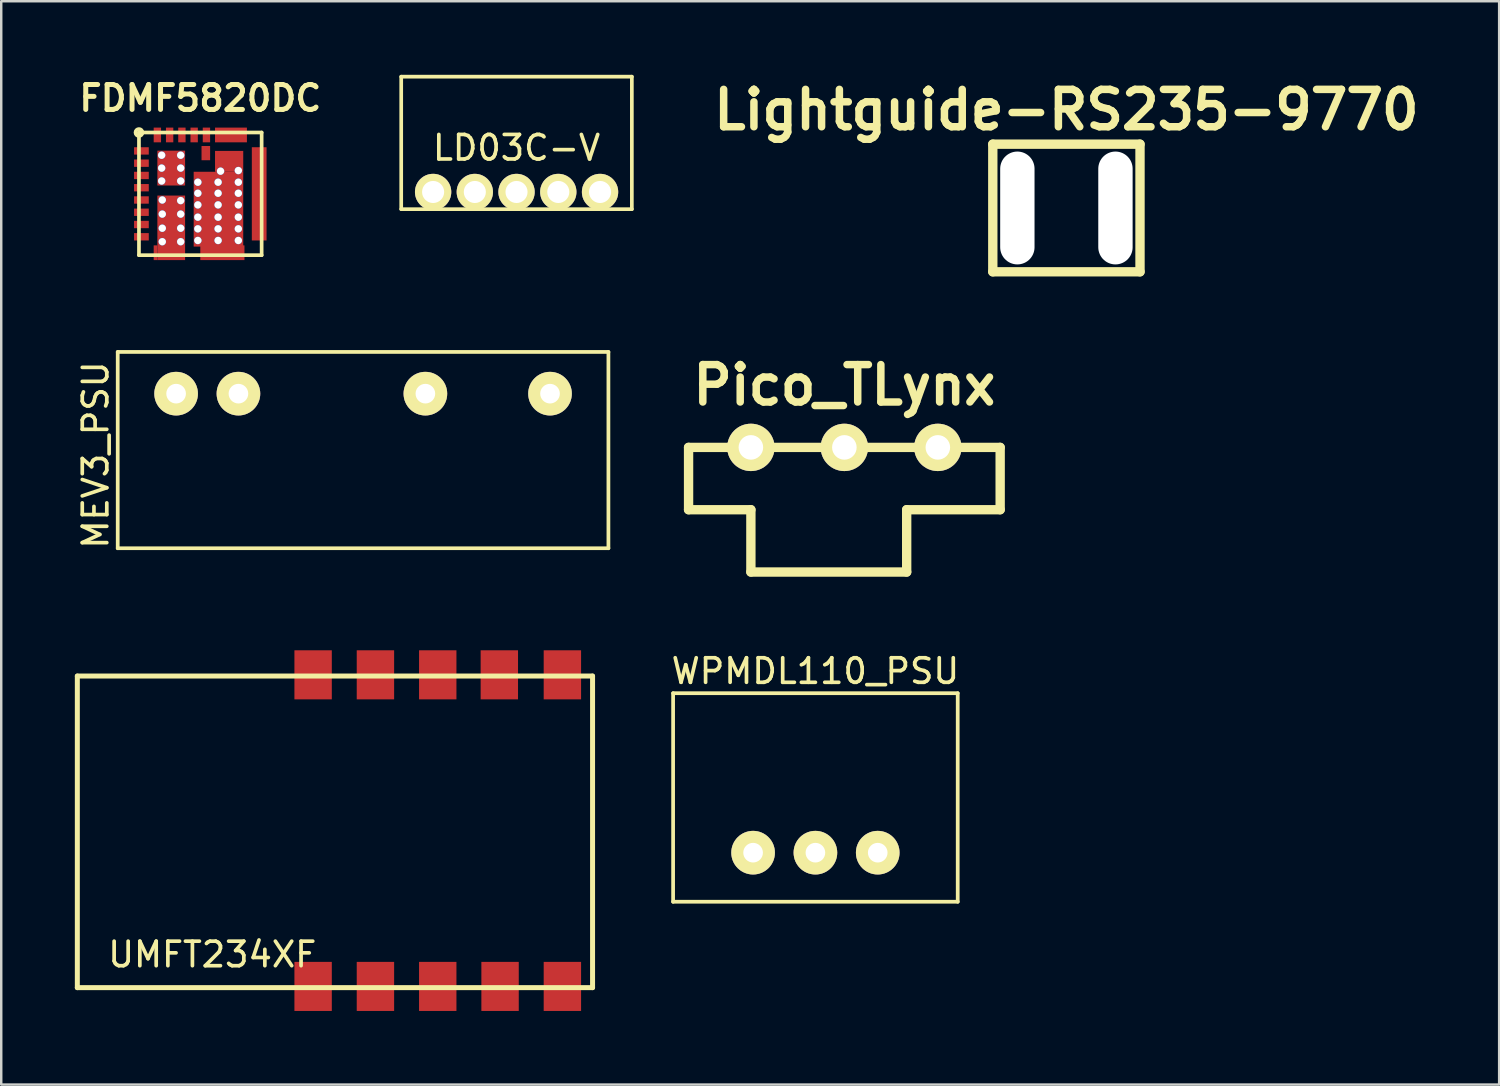
<source format=kicad_pcb>
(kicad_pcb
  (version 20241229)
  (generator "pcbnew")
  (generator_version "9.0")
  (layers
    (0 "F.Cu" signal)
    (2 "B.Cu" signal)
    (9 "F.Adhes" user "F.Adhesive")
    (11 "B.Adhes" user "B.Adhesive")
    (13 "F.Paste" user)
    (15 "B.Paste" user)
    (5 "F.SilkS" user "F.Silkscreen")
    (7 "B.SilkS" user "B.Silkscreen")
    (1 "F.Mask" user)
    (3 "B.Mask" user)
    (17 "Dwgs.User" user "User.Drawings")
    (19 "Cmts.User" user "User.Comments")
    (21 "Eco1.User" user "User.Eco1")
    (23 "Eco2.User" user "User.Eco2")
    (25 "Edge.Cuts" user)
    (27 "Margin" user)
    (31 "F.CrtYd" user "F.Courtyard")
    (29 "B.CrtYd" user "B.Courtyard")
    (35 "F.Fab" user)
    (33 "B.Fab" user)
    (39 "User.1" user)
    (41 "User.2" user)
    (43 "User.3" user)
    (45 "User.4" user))
  (footprint "UMFT234XF"
    (layer "F.Cu")
    (at 10.602 30.855)
    (property "Reference" "UMFT234XF" (at -5 5 0) (layer "F.SilkS") (effects (font (size 1 1) (thickness 0.15))))
    (attr through_hole)
    (fp_line (start -10.5 -6.35) (end -10.5 6.35) (stroke (width 0.203) (type solid)) (layer "F.SilkS"))
    (fp_line (start -10.5 -6.35) (end 10.5 -6.35) (stroke (width 0.203) (type solid)) (layer "F.SilkS"))
    (fp_line (start -10.5 6.35) (end 10.5 6.35) (stroke (width 0.203) (type solid)) (layer "F.SilkS"))
    (fp_line (start 10.5 -6.35) (end 10.5 6.35) (stroke (width 0.203) (type solid)) (layer "F.SilkS"))
    (pad "1" smd rect (at -0.89 6.3) (size 1.524 2) (layers "F.Cu" "F.Mask" "F.Paste"))
    (pad "2" smd rect (at 1.65 6.3) (size 1.524 2) (layers "F.Cu" "F.Mask" "F.Paste"))
    (pad "3" smd rect (at 4.19 6.3) (size 1.524 2) (layers "F.Cu" "F.Mask" "F.Paste"))
    (pad "4" smd rect (at 6.73 6.3) (size 1.524 2) (layers "F.Cu" "F.Mask" "F.Paste"))
    (pad "5" smd rect (at 9.27 6.3) (size 1.524 2) (layers "F.Cu" "F.Mask" "F.Paste"))
    (pad "6" smd rect (at 9.27 -6.4) (size 1.524 2) (layers "F.Cu" "F.Mask" "F.Paste"))
    (pad "7" smd rect (at 6.7 -6.4) (size 1.524 2) (layers "F.Cu" "F.Mask" "F.Paste"))
    (pad "8" smd rect (at 4.19 -6.4) (size 1.524 2) (layers "F.Cu" "F.Mask" "F.Paste"))
    (pad "9" smd rect (at 1.65 -6.4) (size 1.524 2) (layers "F.Cu" "F.Mask" "F.Paste"))
    (pad "10" smd rect (at -0.89 -6.4) (size 1.524 2) (layers "F.Cu" "F.Mask" "F.Paste")))
  (footprint "Pico_TLynx"
    (layer "F.Cu")
    (at 31.365 15.185)
    (property "Reference" "Pico_TLynx" (at 0 -2.54 0) (layer "F.SilkS") (effects (font (size 1.524 1.524) (thickness 0.305))))
    (attr through_hole)
    (fp_line (start -6.35 0) (end 6.35 0) (stroke (width 0.381) (type solid)) (layer "F.SilkS"))
    (fp_line (start -6.35 2.54) (end -6.35 0) (stroke (width 0.381) (type solid)) (layer "F.SilkS"))
    (fp_line (start -3.81 2.54) (end -6.35 2.54) (stroke (width 0.381) (type solid)) (layer "F.SilkS"))
    (fp_line (start -3.81 5.08) (end -3.81 2.54) (stroke (width 0.381) (type solid)) (layer "F.SilkS"))
    (fp_line (start 2.54 2.54) (end 2.54 5.08) (stroke (width 0.381) (type solid)) (layer "F.SilkS"))
    (fp_line (start 2.54 5.08) (end -3.81 5.08) (stroke (width 0.381) (type solid)) (layer "F.SilkS"))
    (fp_line (start 6.35 0) (end 6.35 2.54) (stroke (width 0.381) (type solid)) (layer "F.SilkS"))
    (fp_line (start 6.35 2.54) (end 2.54 2.54) (stroke (width 0.381) (type solid)) (layer "F.SilkS"))
    (pad "GND" thru_hole circle (at 0 0) (size 1.93 1.93) (drill 1.001) (layers "*.Cu" "*.Mask" "F.SilkS"))
    (pad "VI" thru_hole circle (at 3.81 0) (size 1.93 1.93) (drill 1.001) (layers "*.Cu" "*.Mask" "F.SilkS"))
    (pad "VO" thru_hole circle (at -3.81 0) (size 1.93 1.93) (drill 1.001) (layers "*.Cu" "*.Mask" "F.SilkS")))
  (footprint "MEV3_PSU"
    (layer "F.Cu")
    (at 11.748 12.995)
    (property "Reference" "MEV3_PSU" (at -10.9 2.5 90) (layer "F.SilkS") (effects (font (size 1 1) (thickness 0.15))))
    (attr through_hole)
    (fp_line (start -10 -1.7) (end 10 -1.7) (stroke (width 0.152) (type solid)) (layer "F.SilkS"))
    (fp_line (start -10 6.3) (end -10 -1.7) (stroke (width 0.152) (type solid)) (layer "F.SilkS"))
    (fp_line (start 10 -1.7) (end 10 6.3) (stroke (width 0.152) (type solid)) (layer "F.SilkS"))
    (fp_line (start 10 6.3) (end -10 6.3) (stroke (width 0.152) (type solid)) (layer "F.SilkS"))
    (pad "1" thru_hole circle (at -7.62 0) (size 1.778 1.778) (drill 0.8) (layers "*.Cu" "*.Mask" "F.SilkS"))
    (pad "2" thru_hole circle (at -5.08 0) (size 1.778 1.778) (drill 0.8) (layers "*.Cu" "*.Mask" "F.SilkS"))
    (pad "3" thru_hole circle (at 2.54 0) (size 1.778 1.778) (drill 0.8) (layers "*.Cu" "*.Mask" "F.SilkS"))
    (pad "4" thru_hole circle (at 7.62 0) (size 1.778 1.778) (drill 0.8) (layers "*.Cu" "*.Mask" "F.SilkS")))
  (footprint "LD03C-V"
    (layer "F.Cu")
    (at 18.003 4.775)
    (property "Reference" "LD03C-V" (at 0 -1.8 0) (layer "F.SilkS") (effects (font (size 1 1) (thickness 0.15))))
    (attr through_hole)
    (fp_line (start -4.7 -4.7) (end 4.7 -4.7) (stroke (width 0.15) (type solid)) (layer "F.SilkS"))
    (fp_line (start -4.7 0.7) (end -4.7 -4.7) (stroke (width 0.15) (type solid)) (layer "F.SilkS"))
    (fp_line (start 4.7 -4.7) (end 4.7 0.7) (stroke (width 0.15) (type solid)) (layer "F.SilkS"))
    (fp_line (start 4.7 0.7) (end -4.7 0.7) (stroke (width 0.15) (type solid)) (layer "F.SilkS"))
    (pad "1" thru_hole circle (at 3.404 0) (size 1.48 1.48) (drill 0.9) (layers "*.Cu" "*.Mask" "F.SilkS"))
    (pad "2" thru_hole circle (at 1.702 0) (size 1.48 1.48) (drill 0.9) (layers "*.Cu" "*.Mask" "F.SilkS"))
    (pad "3" thru_hole circle (at 0 0) (size 1.48 1.48) (drill 0.9) (layers "*.Cu" "*.Mask" "F.SilkS"))
    (pad "4" thru_hole circle (at -1.7 0) (size 1.48 1.48) (drill 0.9) (layers "*.Cu" "*.Mask" "F.SilkS"))
    (pad "5" thru_hole circle (at -3.4 0) (size 1.48 1.48) (drill 0.9) (layers "*.Cu" "*.Mask" "F.SilkS")))
  (footprint "FDMF5820DC"
    (layer "F.Cu")
    (at 5.114 4.851)
    (property "Reference" "FDMF5820DC" (at 0 -3.9 0) (layer "F.SilkS") (effects (font (size 1.016 1.016) (thickness 0.203))))
    (attr through_hole)
    (fp_line (start -2.5 -2.5) (end 2.5 -2.5) (stroke (width 0.15) (type solid)) (layer "F.SilkS"))
    (fp_line (start -2.5 2.5) (end -2.5 -2.5) (stroke (width 0.15) (type solid)) (layer "F.SilkS"))
    (fp_line (start 2.5 -2.5) (end 2.5 2.5) (stroke (width 0.15) (type solid)) (layer "F.SilkS"))
    (fp_line (start 2.5 2.5) (end -2.5 2.5) (stroke (width 0.15) (type solid)) (layer "F.SilkS"))
    (fp_circle (center -2.5 -2.5) (end -2.4 -2.4) (stroke (width 0.15) (type solid)) (fill no) (layer "F.SilkS"))
    (pad "" smd oval (at -1.275 2.425) (size 1.2 0.5) (layers "F.Paste"))
    (pad "" smd oval (at -1.185 -1.05) (size 0.55 1.3) (layers "F.Paste"))
    (pad "" smd oval (at -1.175 1.1) (size 0.55 1.9) (layers "F.Paste"))
    (pad "" smd oval (at 0.3 0.575) (size 0.6 2.8) (layers "F.Paste"))
    (pad "" smd oval (at 1.125 0.575) (size 0.6 2.8) (layers "F.Paste"))
    (pad "" smd oval (at 1.18 -1.4) (size 1.1 0.6) (layers "F.Paste"))
    (pad "6" smd rect (at -2.4 0.75) (size 0.6 0.3) (layers "F.Cu" "F.Mask" "F.Paste"))
    (pad "Agnd" smd rect (at -2.4 -0.25) (size 0.6 0.3) (layers "F.Cu" "F.Mask" "F.Paste"))
    (pad "Agnd" thru_hole circle (at -1.575 -1.575) (size 0.31 0.31) (drill 0.3) (layers "*.Cu" "*.Mask"))
    (pad "Agnd" thru_hole circle (at -1.575 -1.05) (size 0.31 0.31) (drill 0.3) (layers "*.Cu" "*.Mask"))
    (pad "Agnd" thru_hole circle (at -1.575 -0.525) (size 0.31 0.31) (drill 0.3) (layers "*.Cu" "*.Mask"))
    (pad "Agnd" smd rect (at -1.185 -1.05) (size 1.13 1.42) (layers "F.Cu" "F.Mask"))
    (pad "Agnd" thru_hole circle (at -0.8 -1.575) (size 0.31 0.31) (drill 0.3) (layers "*.Cu" "*.Mask"))
    (pad "Agnd" thru_hole circle (at -0.8 -1.05) (size 0.31 0.31) (drill 0.3) (layers "*.Cu" "*.Mask"))
    (pad "Agnd" thru_hole circle (at -0.8 -0.525) (size 0.31 0.31) (drill 0.3) (layers "*.Cu" "*.Mask"))
    (pad "Boot" smd rect (at -2.4 0.25) (size 0.6 0.3) (layers "F.Cu" "F.Mask" "F.Paste"))
    (pad "EN" smd rect (at -1.75 -2.4 90) (size 0.6 0.3) (layers "F.Cu" "F.Mask" "F.Paste"))
    (pad "GL" smd rect (at 0.225 -1.66) (size 0.35 0.58) (layers "F.Cu" "F.Mask" "F.Paste"))
    (pad "GL" smd rect (at 0.25 -2.4 90) (size 0.6 0.3) (layers "F.Cu" "F.Mask" "F.Paste"))
    (pad "PVcc" smd rect (at -0.75 -2.4 90) (size 0.6 0.3) (layers "F.Cu" "F.Mask" "F.Paste"))
    (pad "PWM" smd rect (at -2.4 -1.75) (size 0.6 0.3) (layers "F.Cu" "F.Mask" "F.Paste"))
    (pad "Pgnd" smd rect (at -0.25 -2.4 90) (size 0.6 0.3) (layers "F.Cu" "F.Mask" "F.Paste"))
    (pad "Pgnd" thru_hole circle (at -0.1 -0.475) (size 0.31 0.31) (drill 0.3) (layers "*.Cu" "*.Mask"))
    (pad "Pgnd" thru_hole circle (at -0.1 -0.025) (size 0.31 0.31) (drill 0.3) (layers "*.Cu" "*.Mask"))
    (pad "Pgnd" thru_hole circle (at -0.1 0.45) (size 0.31 0.31) (drill 0.3) (layers "*.Cu" "*.Mask"))
    (pad "Pgnd" thru_hole circle (at -0.1 0.95) (size 0.31 0.31) (drill 0.3) (layers "*.Cu" "*.Mask"))
    (pad "Pgnd" thru_hole circle (at -0.1 1.425) (size 0.31 0.31) (drill 0.3) (layers "*.Cu" "*.Mask"))
    (pad "Pgnd" thru_hole circle (at -0.1 1.9) (size 0.31 0.31) (drill 0.3) (layers "*.Cu" "*.Mask"))
    (pad "Pgnd" thru_hole circle (at 0.725 -0.475) (size 0.31 0.31) (drill 0.3) (layers "*.Cu" "*.Mask"))
    (pad "Pgnd" thru_hole circle (at 0.725 -0.025) (size 0.31 0.31) (drill 0.3) (layers "*.Cu" "*.Mask"))
    (pad "Pgnd" thru_hole circle (at 0.725 0.45) (size 0.31 0.31) (drill 0.3) (layers "*.Cu" "*.Mask"))
    (pad "Pgnd" thru_hole circle (at 0.725 0.95) (size 0.31 0.31) (drill 0.3) (layers "*.Cu" "*.Mask"))
    (pad "Pgnd" thru_hole circle (at 0.725 1.425) (size 0.31 0.31) (drill 0.3) (layers "*.Cu" "*.Mask"))
    (pad "Pgnd" thru_hole circle (at 0.725 1.9) (size 0.31 0.31) (drill 0.3) (layers "*.Cu" "*.Mask"))
    (pad "Pgnd" smd rect (at 0.74 0.625) (size 2.02 3.05) (layers "F.Cu" "F.Mask"))
    (pad "Pgnd" thru_hole circle (at 0.825 -0.925) (size 0.31 0.31) (drill 0.3) (layers "*.Cu" "*.Mask"))
    (pad "Pgnd" smd rect (at 0.9 2.4) (size 1.8 0.6) (layers "F.Cu" "F.Mask" "F.Paste"))
    (pad "Pgnd" smd rect (at 1.175 -1.325) (size 1.15 0.85) (layers "F.Cu" "F.Mask"))
    (pad "Pgnd" thru_hole circle (at 1.55 -0.95) (size 0.31 0.31) (drill 0.3) (layers "*.Cu" "*.Mask"))
    (pad "Pgnd" thru_hole circle (at 1.55 -0.475) (size 0.31 0.31) (drill 0.3) (layers "*.Cu" "*.Mask"))
    (pad "Pgnd" thru_hole circle (at 1.55 -0.025) (size 0.31 0.31) (drill 0.3) (layers "*.Cu" "*.Mask"))
    (pad "Pgnd" thru_hole circle (at 1.55 0.45) (size 0.31 0.31) (drill 0.3) (layers "*.Cu" "*.Mask"))
    (pad "Pgnd" thru_hole circle (at 1.55 0.95) (size 0.31 0.31) (drill 0.3) (layers "*.Cu" "*.Mask"))
    (pad "Pgnd" thru_hole circle (at 1.55 1.425) (size 0.31 0.31) (drill 0.3) (layers "*.Cu" "*.Mask"))
    (pad "Pgnd" thru_hole circle (at 1.55 1.9) (size 0.31 0.31) (drill 0.3) (layers "*.Cu" "*.Mask"))
    (pad "Phas" smd rect (at -2.4 1.25) (size 0.6 0.3) (layers "F.Cu" "F.Mask" "F.Paste"))
    (pad "SW" smd rect (at 1.25 -2.4) (size 1.3 0.6) (layers "F.Cu" "F.Mask" "F.Paste"))
    (pad "SW" smd rect (at 2.4 0) (size 0.6 3.8) (layers "F.Cu" "F.Mask" "F.Paste"))
    (pad "Tmon" smd rect (at -1.25 -2.4 90) (size 0.6 0.3) (layers "F.Cu" "F.Mask" "F.Paste"))
    (pad "Vcc" smd rect (at -2.4 -0.75) (size 0.6 0.3) (layers "F.Cu" "F.Mask" "F.Paste"))
    (pad "Vin" smd rect (at -2.4 1.75) (size 0.6 0.3) (layers "F.Cu" "F.Mask" "F.Paste"))
    (pad "Vin" smd rect (at -1.825 2.4) (size 0.15 0.6) (layers "F.Cu" "F.Mask" "F.Paste"))
    (pad "Vin" thru_hole circle (at -1.55 0.25) (size 0.31 0.31) (drill 0.3) (layers "*.Cu" "*.Mask"))
    (pad "Vin" thru_hole circle (at -1.55 0.825) (size 0.31 0.31) (drill 0.3) (layers "*.Cu" "*.Mask"))
    (pad "Vin" thru_hole circle (at -1.55 1.4) (size 0.31 0.31) (drill 0.3) (layers "*.Cu" "*.Mask"))
    (pad "Vin" thru_hole circle (at -1.55 1.95) (size 0.31 0.31) (drill 0.3) (layers "*.Cu" "*.Mask"))
    (pad "Vin" smd rect (at -1.185 1.385) (size 1.13 2.63) (layers "F.Cu" "F.Mask"))
    (pad "Vin" thru_hole circle (at -0.8 0.275) (size 0.31 0.31) (drill 0.3) (layers "*.Cu" "*.Mask"))
    (pad "Vin" thru_hole circle (at -0.8 0.825) (size 0.31 0.31) (drill 0.3) (layers "*.Cu" "*.Mask"))
    (pad "Vin" thru_hole circle (at -0.8 1.4) (size 0.31 0.31) (drill 0.3) (layers "*.Cu" "*.Mask"))
    (pad "Vin" thru_hole circle (at -0.8 1.95) (size 0.31 0.31) (drill 0.3) (layers "*.Cu" "*.Mask"))
    (pad "ZCD" smd rect (at -2.4 -1.25) (size 0.6 0.3) (layers "F.Cu" "F.Mask" "F.Paste")))
  (footprint "WPMDL110_PSU"
    (layer "F.Cu")
    (at 30.185 31.704)
    (property "Reference" "WPMDL110_PSU" (at 0 -7.4 0) (layer "F.SilkS") (effects (font (size 1 1) (thickness 0.15))))
    (attr through_hole)
    (fp_line (start -5.8 -6.5) (end -5.8 2) (stroke (width 0.152) (type solid)) (layer "F.SilkS"))
    (fp_line (start -5.8 2) (end 5.8 2) (stroke (width 0.152) (type solid)) (layer "F.SilkS"))
    (fp_line (start 5.8 -6.5) (end -5.8 -6.5) (stroke (width 0.152) (type solid)) (layer "F.SilkS"))
    (fp_line (start 5.8 2) (end 5.8 -6.5) (stroke (width 0.152) (type solid)) (layer "F.SilkS"))
    (pad "1" thru_hole circle (at -2.54 0) (size 1.778 1.778) (drill 0.8) (layers "*.Cu" "*.Mask" "F.SilkS"))
    (pad "2" thru_hole circle (at 0 0) (size 1.778 1.778) (drill 0.8) (layers "*.Cu" "*.Mask" "F.SilkS"))
    (pad "3" thru_hole circle (at 2.54 0) (size 1.778 1.778) (drill 0.8) (layers "*.Cu" "*.Mask" "F.SilkS")))
  (footprint "Lightguide-RS235-9770"
    (layer "F.Cu")
    (at 40.415 5.427)
    (property "Reference" "Lightguide-RS235-9770" (at 0 -4 0) (layer "F.SilkS") (effects (font (size 1.524 1.524) (thickness 0.305))))
    (attr through_hole)
    (fp_line (start -3 -2.601) (end 3 -2.601) (stroke (width 0.381) (type solid)) (layer "F.SilkS"))
    (fp_line (start -3 2.601) (end -3 -2.601) (stroke (width 0.381) (type solid)) (layer "F.SilkS"))
    (fp_line (start 3 -2.601) (end 3 2.601) (stroke (width 0.381) (type solid)) (layer "F.SilkS"))
    (fp_line (start 3 2.601) (end -3 2.601) (stroke (width 0.381) (type solid)) (layer "F.SilkS"))
    (pad "" np_thru_hole oval (at -1.999 0) (size 1.4 4.6) (drill oval 1.4 4.6) (layers "F.Cu"))
    (pad "" np_thru_hole oval (at 1.999 0) (size 1.4 4.6) (drill oval 1.4 4.6) (layers "F.Cu")))
  (gr_rect
    (start -3 -3)
    (end 58.053 41.155)
    (stroke (width 0.1) (type default))
    (fill no)
    (layer "Edge.Cuts")))
</source>
